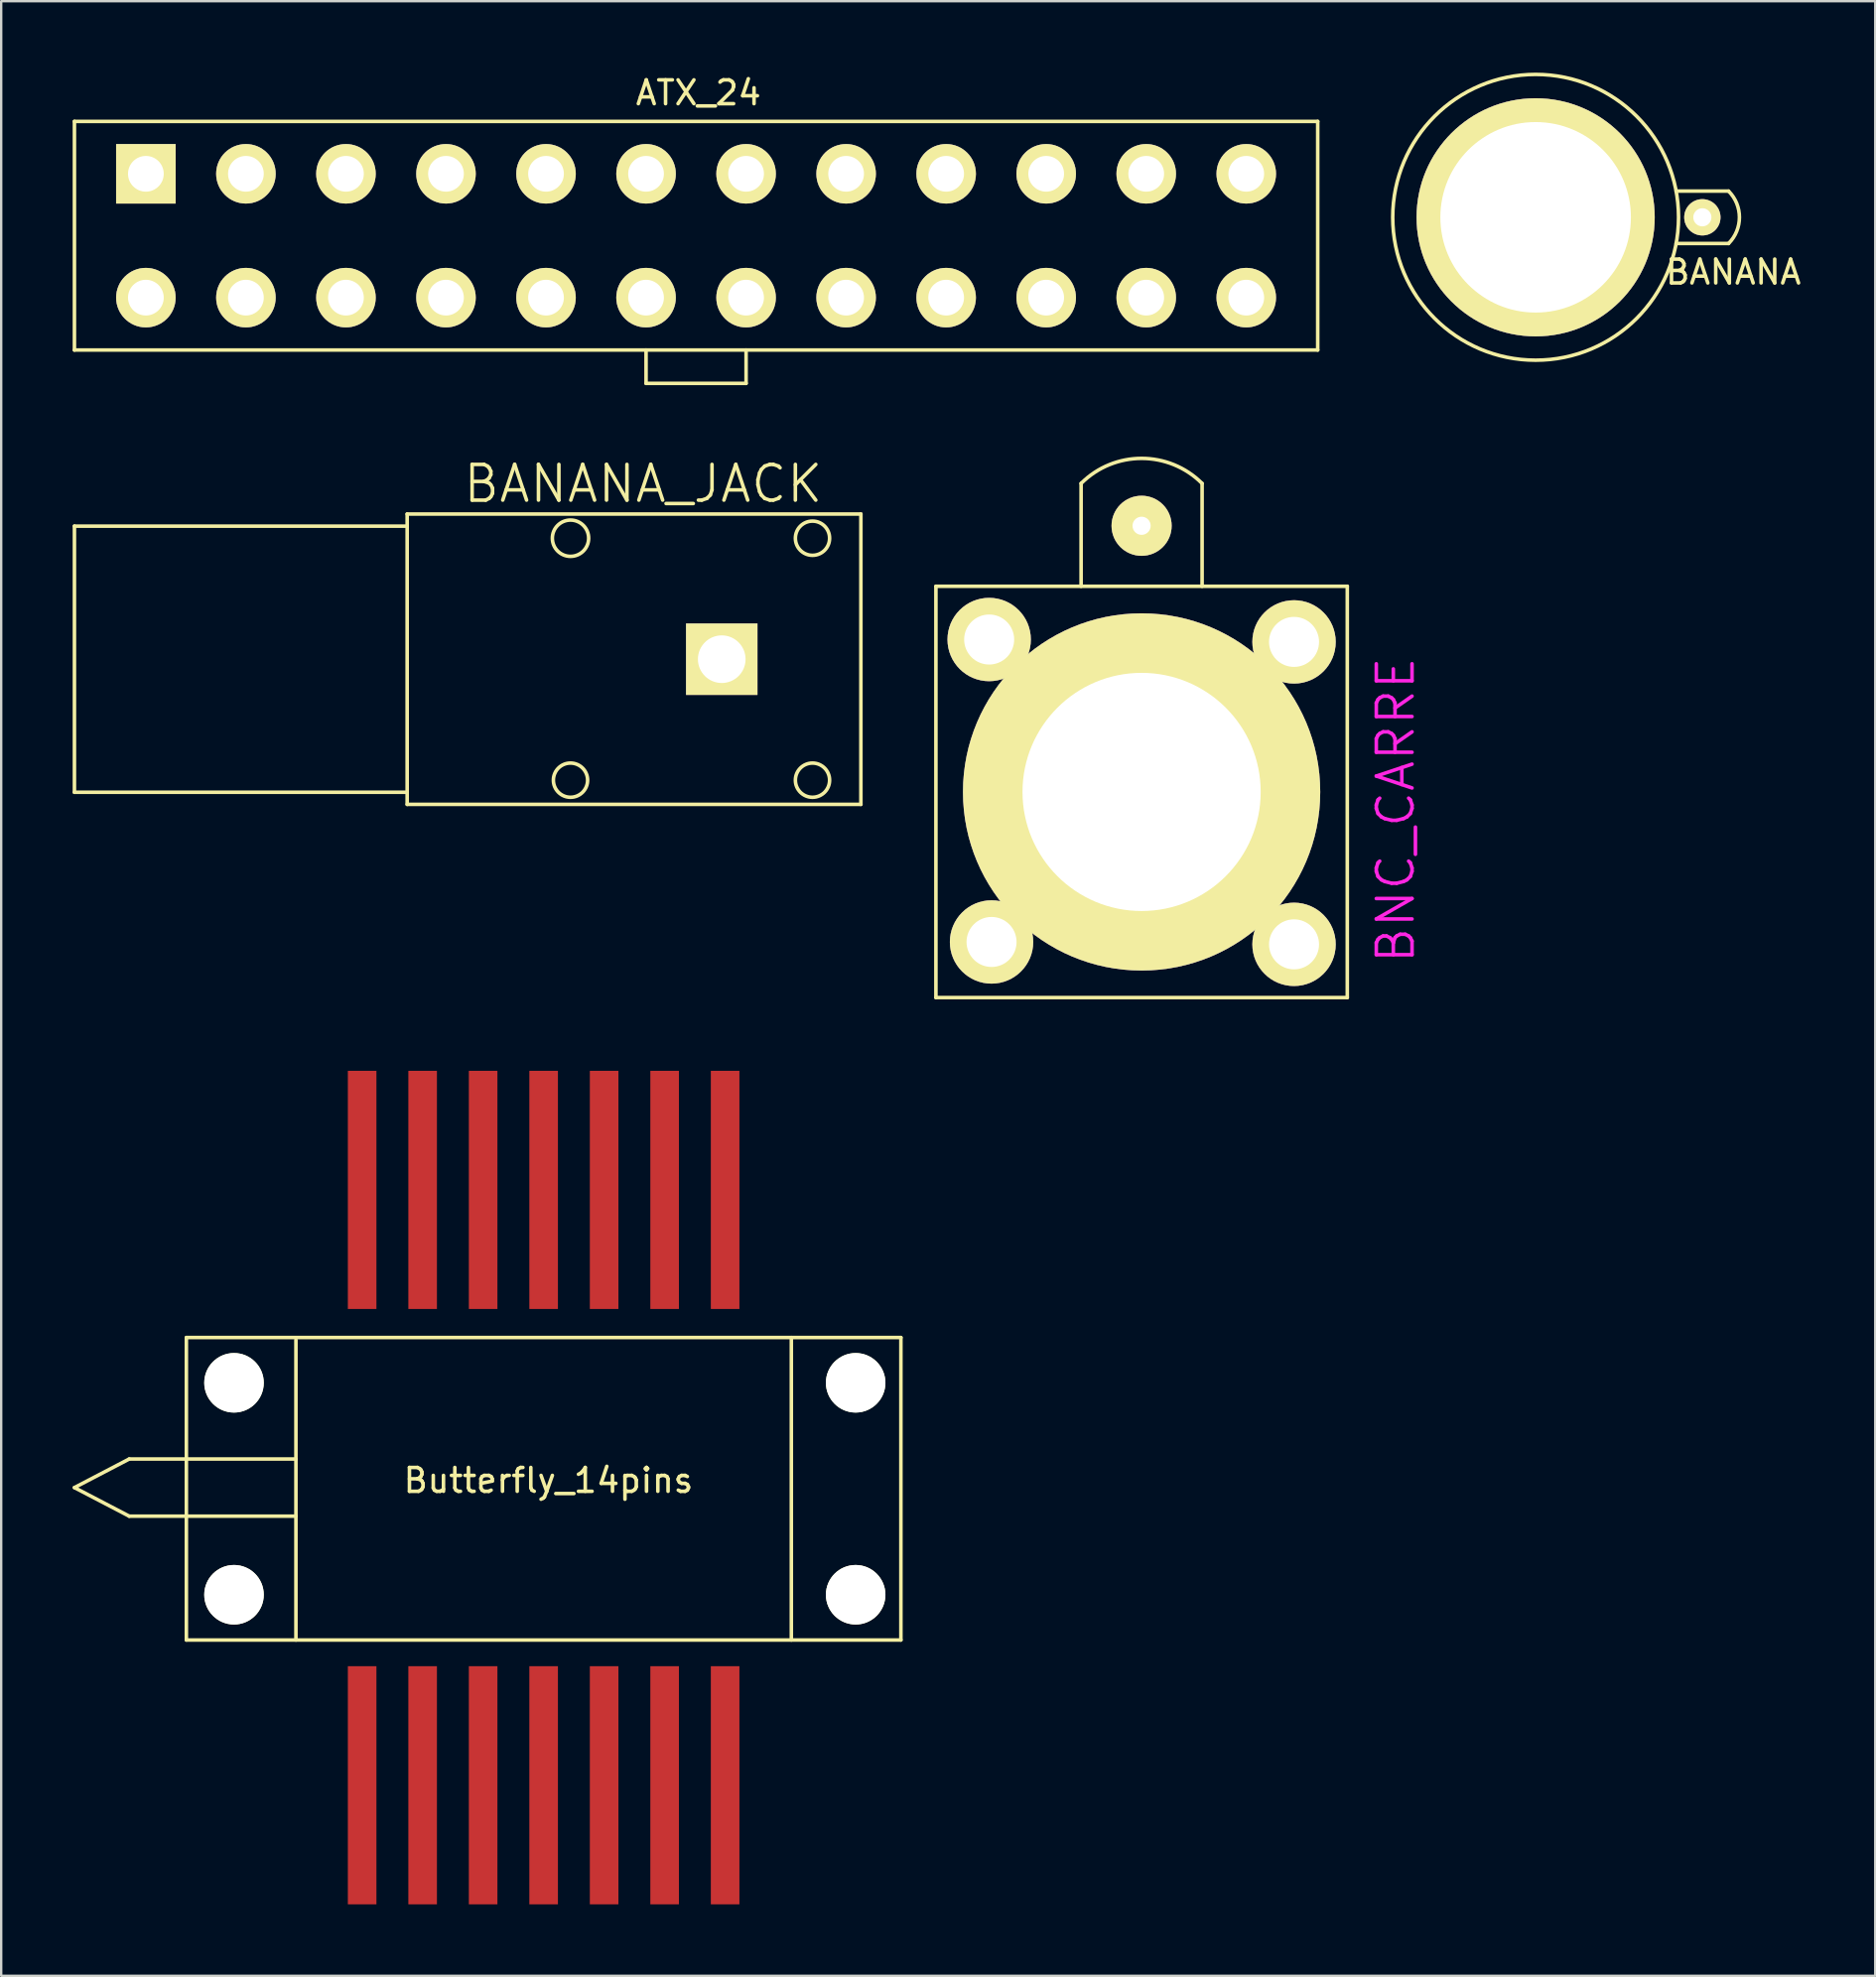
<source format=kicad_pcb>
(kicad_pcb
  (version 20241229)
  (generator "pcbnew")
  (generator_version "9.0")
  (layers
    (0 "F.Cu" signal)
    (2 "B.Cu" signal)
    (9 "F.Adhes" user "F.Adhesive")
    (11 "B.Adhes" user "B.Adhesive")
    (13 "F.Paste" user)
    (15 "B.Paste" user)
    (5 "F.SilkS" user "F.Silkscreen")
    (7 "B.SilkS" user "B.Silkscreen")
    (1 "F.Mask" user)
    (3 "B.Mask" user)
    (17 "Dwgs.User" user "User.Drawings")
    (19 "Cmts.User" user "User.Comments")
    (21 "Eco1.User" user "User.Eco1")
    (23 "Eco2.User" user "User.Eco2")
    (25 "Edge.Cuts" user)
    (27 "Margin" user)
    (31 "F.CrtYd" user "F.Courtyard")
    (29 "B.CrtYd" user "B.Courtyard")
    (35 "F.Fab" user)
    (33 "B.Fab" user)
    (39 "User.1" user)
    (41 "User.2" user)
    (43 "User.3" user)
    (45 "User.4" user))
  (footprint "Butterfly_14pins"
    (layer "F.Cu")
    (at 19.975 59.415)
    (property "Reference" "Butterfly_14pins" (at 0 -0.3 0) (layer "F.SilkS") (effects (font (size 1 1) (thickness 0.15))))
    (attr through_hole)
    (fp_line (start -19.9 0) (end -17.6 1.2) (stroke (width 0.15) (type solid)) (layer "F.SilkS"))
    (fp_line (start -17.6 -1.2) (end -19.9 0) (stroke (width 0.15) (type solid)) (layer "F.SilkS"))
    (fp_line (start -17.6 1.2) (end -10.6 1.2) (stroke (width 0.15) (type solid)) (layer "F.SilkS"))
    (fp_line (start -15.2 -6.3) (end -15.2 6.4) (stroke (width 0.15) (type solid)) (layer "F.SilkS"))
    (fp_line (start -15.2 6.4) (end 14.8 6.4) (stroke (width 0.15) (type solid)) (layer "F.SilkS"))
    (fp_line (start -10.6 -6.2) (end -10.6 6.4) (stroke (width 0.15) (type solid)) (layer "F.SilkS"))
    (fp_line (start -10.6 -1.2) (end -17.6 -1.2) (stroke (width 0.15) (type solid)) (layer "F.SilkS"))
    (fp_line (start 10.2 -6.3) (end 10.2 6.4) (stroke (width 0.15) (type solid)) (layer "F.SilkS"))
    (fp_line (start 14.8 -6.3) (end -15.2 -6.3) (stroke (width 0.15) (type solid)) (layer "F.SilkS"))
    (fp_line (start 14.8 6.4) (end 14.8 -6.3) (stroke (width 0.15) (type solid)) (layer "F.SilkS"))
    (pad "" np_thru_hole circle (at -13.2 -4.4) (size 2.5 2.5) (drill 2.5) (layers "*.Cu" "*.Mask" "F.SilkS"))
    (pad "" np_thru_hole circle (at -13.2 4.5) (size 2.5 2.5) (drill 2.5) (layers "*.Cu" "*.Mask" "F.SilkS"))
    (pad "" np_thru_hole circle (at 12.9 -4.4) (size 2.5 2.5) (drill 2.5) (layers "*.Cu" "*.Mask" "F.SilkS"))
    (pad "" np_thru_hole circle (at 12.9 4.5) (size 2.5 2.5) (drill 2.5) (layers "*.Cu" "*.Mask" "F.SilkS"))
    (pad "1" smd rect (at -7.82 12.5 180) (size 1.2 10) (layers "F.Cu" "F.Mask" "F.Paste"))
    (pad "2" smd rect (at -5.28 12.5 180) (size 1.2 10) (layers "F.Cu" "F.Mask" "F.Paste"))
    (pad "3" smd rect (at -2.74 12.5 180) (size 1.2 10) (layers "F.Cu" "F.Mask" "F.Paste"))
    (pad "4" smd rect (at -0.2 12.5 180) (size 1.2 10) (layers "F.Cu" "F.Mask" "F.Paste"))
    (pad "5" smd rect (at 2.34 12.5 180) (size 1.2 10) (layers "F.Cu" "F.Mask" "F.Paste"))
    (pad "6" smd rect (at 4.88 12.5 180) (size 1.2 10) (layers "F.Cu" "F.Mask" "F.Paste"))
    (pad "7" smd rect (at 7.42 12.5 180) (size 1.2 10) (layers "F.Cu" "F.Mask" "F.Paste"))
    (pad "8" smd rect (at 7.42 -12.5) (size 1.2 10) (layers "F.Cu" "F.Mask" "F.Paste"))
    (pad "9" smd rect (at 4.88 -12.5) (size 1.2 10) (layers "F.Cu" "F.Mask" "F.Paste"))
    (pad "10" smd rect (at 2.34 -12.5) (size 1.2 10) (layers "F.Cu" "F.Mask" "F.Paste"))
    (pad "11" smd rect (at -0.2 -12.5) (size 1.2 10) (layers "F.Cu" "F.Mask" "F.Paste"))
    (pad "12" smd rect (at -2.74 -12.5) (size 1.2 10) (layers "F.Cu" "F.Mask" "F.Paste"))
    (pad "13" smd rect (at -5.28 -12.5) (size 1.2 10) (layers "F.Cu" "F.Mask" "F.Paste"))
    (pad "14" smd rect (at -7.82 -12.5) (size 1.2 10) (layers "F.Cu" "F.Mask" "F.Paste")))
  (footprint "BANANA_JACK"
    (layer "F.Cu")
    (at 14.045 24.63)
    (property "Reference" "BANANA_JACK" (at 9.906 -7.366 0) (layer "F.SilkS") (effects (font (size 1.5 1.5) (thickness 0.15))))
    (attr through_hole)
    (fp_line (start -13.97 -5.588) (end -13.97 5.588) (stroke (width 0.15) (type solid)) (layer "F.SilkS"))
    (fp_line (start -13.97 5.588) (end 0 5.588) (stroke (width 0.15) (type solid)) (layer "F.SilkS"))
    (fp_line (start 0 -6.096) (end 19.05 -6.096) (stroke (width 0.15) (type solid)) (layer "F.SilkS"))
    (fp_line (start 0 -5.588) (end -13.97 -5.588) (stroke (width 0.15) (type solid)) (layer "F.SilkS"))
    (fp_line (start 0 6.096) (end 0 -6.096) (stroke (width 0.15) (type solid)) (layer "F.SilkS"))
    (fp_line (start 19.05 -6.096) (end 19.05 6.096) (stroke (width 0.15) (type solid)) (layer "F.SilkS"))
    (fp_line (start 19.05 6.096) (end 0 6.096) (stroke (width 0.15) (type solid)) (layer "F.SilkS"))
    (fp_circle (center 6.858 -5.08) (end 7.62 -5.08) (stroke (width 0.15) (type solid)) (fill no) (layer "F.SilkS"))
    (fp_circle (center 6.858 5.08) (end 7.366 5.588) (stroke (width 0.15) (type solid)) (fill no) (layer "F.SilkS"))
    (fp_circle (center 17.018 -5.08) (end 17.526 -4.572) (stroke (width 0.15) (type solid)) (fill no) (layer "F.SilkS"))
    (fp_circle (center 17.018 5.08) (end 17.526 5.588) (stroke (width 0.15) (type solid)) (fill no) (layer "F.SilkS"))
    (pad "1" thru_hole rect (at 13.208 0) (size 3 3) (drill 2) (layers "*.Cu" "*.Mask" "F.SilkS")))
  (footprint "ATX_24"
    (layer "F.Cu")
    (at 26.275 6.848)
    (property "Reference" "ATX_24" (at 0 -6 0) (layer "F.SilkS") (effects (font (size 1 1) (thickness 0.15))))
    (attr through_hole)
    (fp_line (start -26.2 -4.8) (end -26.2 4.8) (stroke (width 0.15) (type solid)) (layer "F.SilkS"))
    (fp_line (start -26.2 -4.8) (end 26 -4.8) (stroke (width 0.15) (type solid)) (layer "F.SilkS"))
    (fp_line (start -26.2 4.8) (end 26 4.8) (stroke (width 0.15) (type solid)) (layer "F.SilkS"))
    (fp_line (start -2.2 4.8) (end -2.2 6.2) (stroke (width 0.15) (type solid)) (layer "F.SilkS"))
    (fp_line (start -2.2 6.2) (end 2 6.2) (stroke (width 0.15) (type solid)) (layer "F.SilkS"))
    (fp_line (start 2 6.2) (end 2 4.8) (stroke (width 0.15) (type solid)) (layer "F.SilkS"))
    (fp_line (start 26 4.8) (end 26 -4.8) (stroke (width 0.15) (type solid)) (layer "F.SilkS"))
    (pad "1" thru_hole rect (at -23.2 -2.6) (size 2.5 2.5) (drill 1.5) (layers "*.Cu" "*.Mask" "F.SilkS"))
    (pad "2" thru_hole circle (at -19 -2.6) (size 2.5 2.5) (drill 1.5) (layers "*.Cu" "*.Mask" "F.SilkS"))
    (pad "3" thru_hole circle (at -14.8 -2.6) (size 2.5 2.5) (drill 1.5) (layers "*.Cu" "*.Mask" "F.SilkS"))
    (pad "4" thru_hole circle (at -10.6 -2.6) (size 2.5 2.5) (drill 1.5) (layers "*.Cu" "*.Mask" "F.SilkS"))
    (pad "5" thru_hole circle (at -6.4 -2.6) (size 2.5 2.5) (drill 1.5) (layers "*.Cu" "*.Mask" "F.SilkS"))
    (pad "6" thru_hole circle (at -2.2 -2.6) (size 2.5 2.5) (drill 1.5) (layers "*.Cu" "*.Mask" "F.SilkS"))
    (pad "7" thru_hole circle (at 2 -2.6) (size 2.5 2.5) (drill 1.5) (layers "*.Cu" "*.Mask" "F.SilkS"))
    (pad "8" thru_hole circle (at 6.2 -2.6) (size 2.5 2.5) (drill 1.5) (layers "*.Cu" "*.Mask" "F.SilkS"))
    (pad "9" thru_hole circle (at 10.4 -2.6) (size 2.5 2.5) (drill 1.5) (layers "*.Cu" "*.Mask" "F.SilkS"))
    (pad "10" thru_hole circle (at 14.6 -2.6) (size 2.5 2.5) (drill 1.5) (layers "*.Cu" "*.Mask" "F.SilkS"))
    (pad "11" thru_hole circle (at 18.8 -2.6) (size 2.5 2.5) (drill 1.5) (layers "*.Cu" "*.Mask" "F.SilkS"))
    (pad "12" thru_hole circle (at 23 -2.6) (size 2.5 2.5) (drill 1.5) (layers "*.Cu" "*.Mask" "F.SilkS"))
    (pad "13" thru_hole circle (at -23.2 2.6) (size 2.5 2.5) (drill 1.5) (layers "*.Cu" "*.Mask" "F.SilkS"))
    (pad "14" thru_hole circle (at -19 2.6) (size 2.5 2.5) (drill 1.5) (layers "*.Cu" "*.Mask" "F.SilkS"))
    (pad "15" thru_hole circle (at -14.8 2.6) (size 2.5 2.5) (drill 1.5) (layers "*.Cu" "*.Mask" "F.SilkS"))
    (pad "16" thru_hole circle (at -10.6 2.6) (size 2.5 2.5) (drill 1.5) (layers "*.Cu" "*.Mask" "F.SilkS"))
    (pad "17" thru_hole circle (at -6.4 2.6) (size 2.5 2.5) (drill 1.5) (layers "*.Cu" "*.Mask" "F.SilkS"))
    (pad "18" thru_hole circle (at -2.2 2.6) (size 2.5 2.5) (drill 1.5) (layers "*.Cu" "*.Mask" "F.SilkS"))
    (pad "19" thru_hole circle (at 2 2.6) (size 2.5 2.5) (drill 1.5) (layers "*.Cu" "*.Mask" "F.SilkS"))
    (pad "20" thru_hole circle (at 6.2 2.6) (size 2.5 2.5) (drill 1.5) (layers "*.Cu" "*.Mask" "F.SilkS"))
    (pad "21" thru_hole circle (at 10.4 2.6) (size 2.5 2.5) (drill 1.5) (layers "*.Cu" "*.Mask" "F.SilkS"))
    (pad "22" thru_hole circle (at 14.6 2.6) (size 2.5 2.5) (drill 1.5) (layers "*.Cu" "*.Mask" "F.SilkS"))
    (pad "23" thru_hole circle (at 18.8 2.6) (size 2.5 2.5) (drill 1.5) (layers "*.Cu" "*.Mask" "F.SilkS"))
    (pad "24" thru_hole circle (at 23 2.6) (size 2.5 2.5) (drill 1.5) (layers "*.Cu" "*.Mask" "F.SilkS")))
  (footprint "BNC_CARRE"
    (layer "F.Cu")
    (at 44.881 30.204)
    (property "Reference" "BNC_CARRE" (at 10.668 0.762 90) (layer "F.CrtYd") (effects (font (size 1.5 1.5) (thickness 0.15))))
    (attr through_hole)
    (fp_line (start -8.636 -8.636) (end 8.636 -8.636) (stroke (width 0.15) (type solid)) (layer "F.SilkS"))
    (fp_line (start -8.636 8.636) (end -8.636 -8.636) (stroke (width 0.15) (type solid)) (layer "F.SilkS"))
    (fp_line (start -2.54 -8.636) (end -2.54 -12.954) (stroke (width 0.15) (type solid)) (layer "F.SilkS"))
    (fp_line (start 2.54 -8.636) (end 2.54 -12.954) (stroke (width 0.15) (type solid)) (layer "F.SilkS"))
    (fp_line (start 8.636 -8.636) (end 8.636 8.636) (stroke (width 0.15) (type solid)) (layer "F.SilkS"))
    (fp_line (start 8.636 8.636) (end -8.636 8.636) (stroke (width 0.15) (type solid)) (layer "F.SilkS"))
    (fp_arc (start -2.54 -12.954) (mid 0 -14.006102) (end 2.54 -12.954) (stroke (width 0.15) (type solid)) (layer "F.SilkS"))
    (fp_circle (center 0 0) (end 4.826 0) (stroke (width 0.15) (type solid)) (fill no) (layer "F.SilkS"))
    (pad "1" thru_hole circle (at 0 -11.176) (size 2.524 2.524) (drill 0.762) (layers "*.Cu" "*.Mask" "F.SilkS"))
    (pad "2" thru_hole circle (at -6.4 -6.4) (size 3.5 3.5) (drill 2.1) (layers "*.Cu" "*.Mask" "F.SilkS"))
    (pad "2" thru_hole circle (at -6.3 6.3) (size 3.5 3.5) (drill 2.1) (layers "*.Cu" "*.Mask" "F.SilkS"))
    (pad "2" thru_hole circle (at 0 0) (size 15 15) (drill 10) (layers "*.Cu" "*.Mask" "F.SilkS"))
    (pad "2" thru_hole circle (at 6.4 -6.3) (size 3.5 3.5) (drill 2.1) (layers "*.Cu" "*.Mask" "F.SilkS"))
    (pad "2" thru_hole circle (at 6.4 6.4) (size 3.5 3.5) (drill 2.1) (layers "*.Cu" "*.Mask" "F.SilkS")))
  (footprint "BANANA"
    (layer "F.Cu")
    (at 61.425 6.075)
    (property "Reference" "BANANA" (at 8.3 2.3 0) (layer "F.SilkS") (effects (font (size 1 1) (thickness 0.15))))
    (attr through_hole)
    (fp_line (start 8.1 -1.1) (end 5.9 -1.1) (stroke (width 0.15) (type solid)) (layer "F.SilkS"))
    (fp_line (start 8.1 1.1) (end 5.9 1.1) (stroke (width 0.15) (type solid)) (layer "F.SilkS"))
    (fp_arc (start 8.1 -1.1) (mid 8.555635 0) (end 8.1 1.1) (stroke (width 0.15) (type solid)) (layer "F.SilkS"))
    (fp_circle (center 0 0) (end 6 0) (stroke (width 0.15) (type solid)) (fill no) (layer "F.SilkS"))
    (pad "" np_thru_hole circle (at 0 0) (size 10 10) (drill 8) (layers "*.Cu" "*.Mask" "F.SilkS"))
    (pad "1" thru_hole circle (at 7 0) (size 1.524 1.524) (drill 0.762) (layers "*.Cu" "*.Mask" "F.SilkS")))
  (gr_rect
    (start -3 -3)
    (end 75.683 79.915)
    (stroke (width 0.1) (type default))
    (fill no)
    (layer "Edge.Cuts")))
</source>
